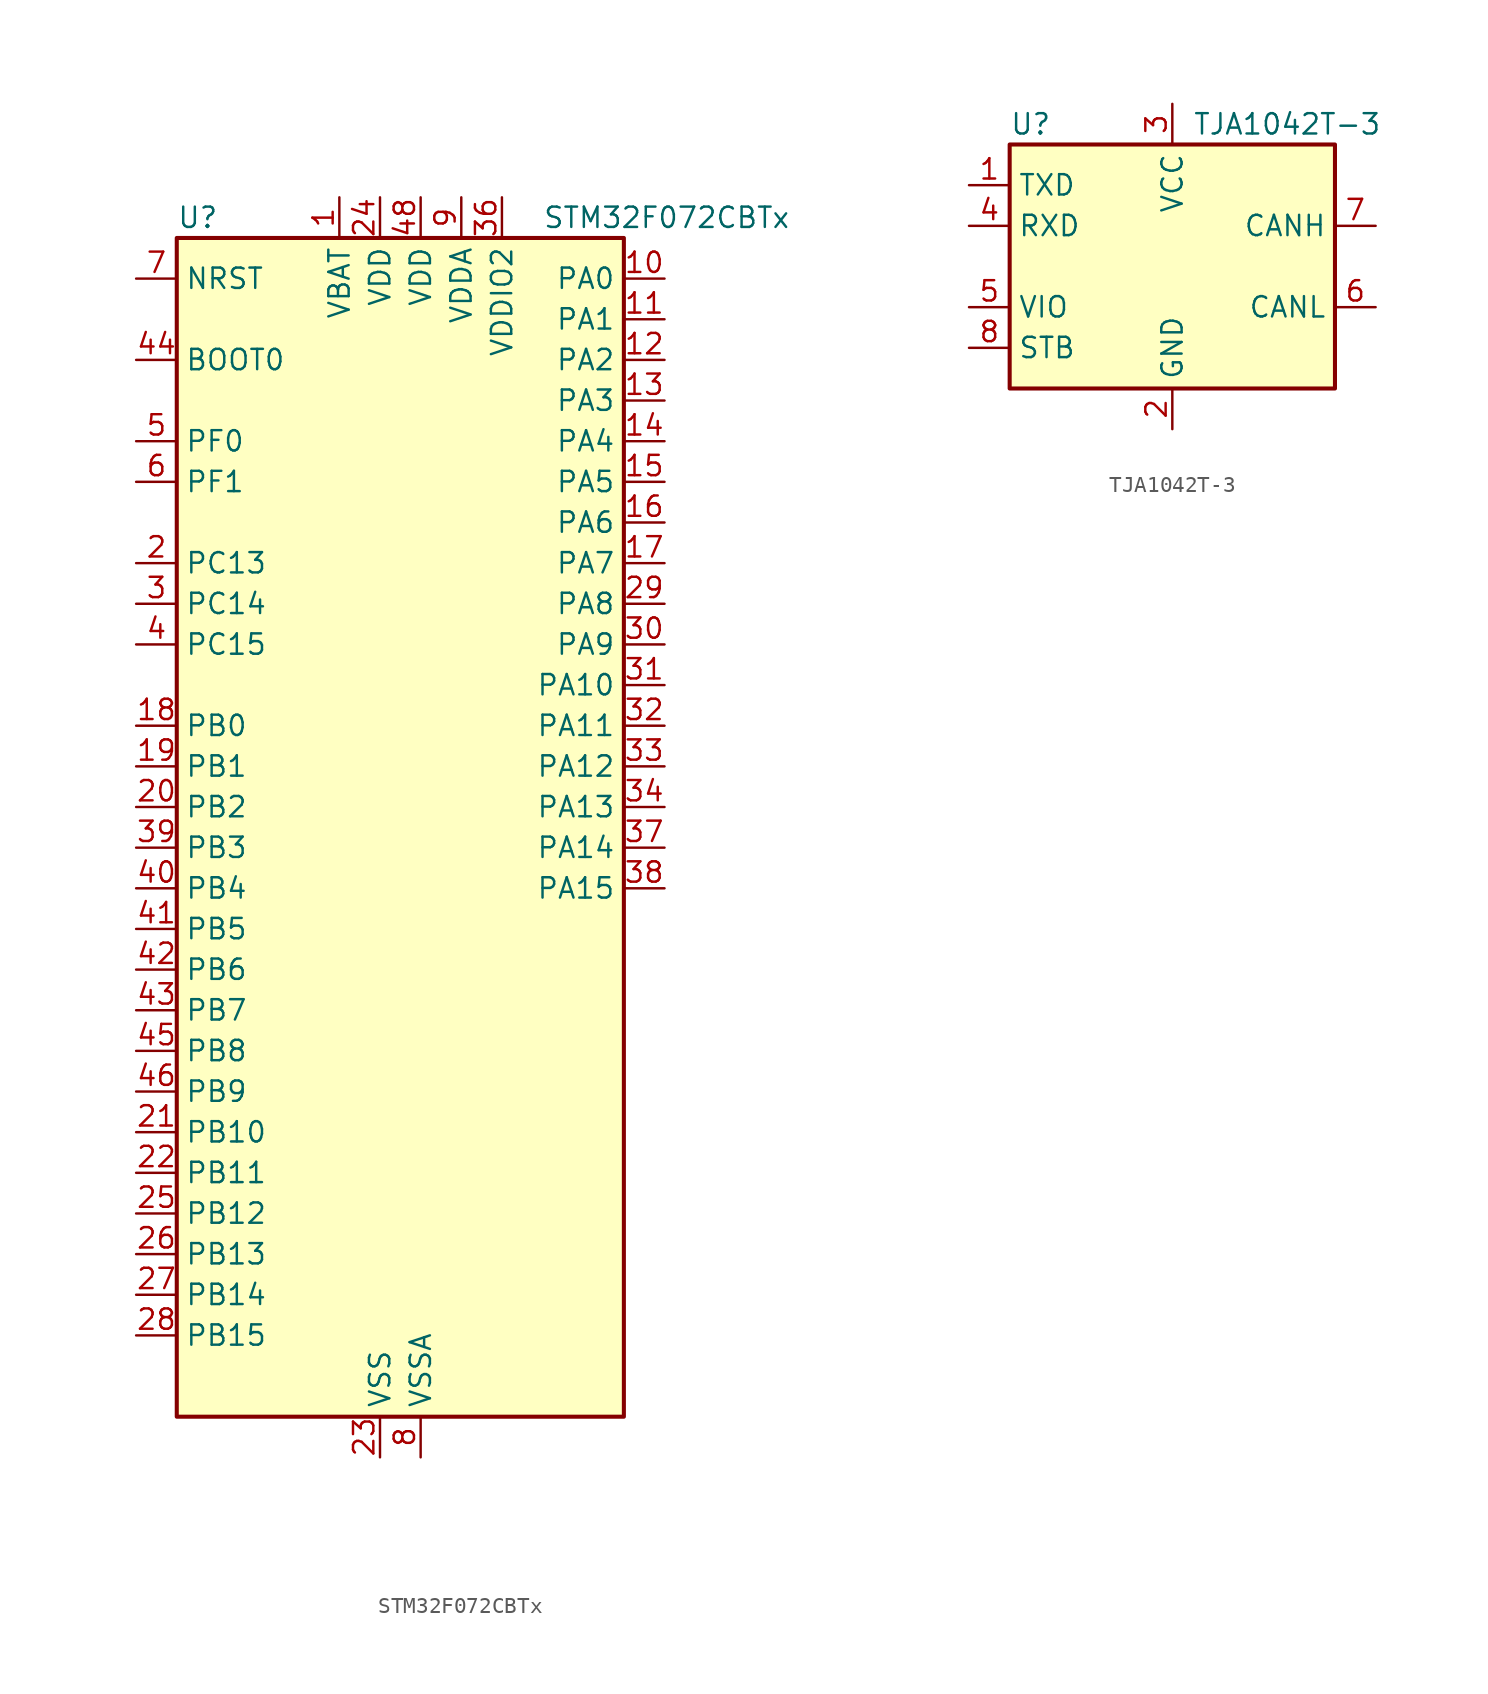
<source format=kicad_sym>
(kicad_symbol_lib
  (version 20231120)
  (generator "kicad_symbol_editor")
  (generator_version "8.0")
  (symbol "STM32F072CBTx"
    (property "Reference" "U"
      (at -12.7 39.37 0)
      (effects (font (size 1.27 1.27)) (justify left)))
    (property "Value" "STM32F072CBTx"
      (at 10.16 39.37 0)
      (effects (font (size 1.27 1.27)) (justify left)))
    (property "ki_locked" ""
      (at 0 0 0)
      (effects (font (size 1.27 1.27))))
    (symbol "STM32F072CBTx_0_1"
      (rectangle (start -12.7 -35.56) (end 15.24 38.1) (stroke (width 0.254) (type default)) (fill (type background))))
    (symbol "STM32F072CBTx_1_1"
      (pin power_in line (at -2.54 40.64 270) (length 2.54) (name "VBAT" (effects (font (size 1.27 1.27)))) (number "1" (effects (font (size 1.27 1.27)))))
      (pin bidirectional line (at 17.78 35.56 180) (length 2.54) (name "PA0" (effects (font (size 1.27 1.27)))) (number "10" (effects (font (size 1.27 1.27)))) (alternate "ADC_IN0" bidirectional line) (alternate "COMP1_INM" bidirectional line) (alternate "COMP1_OUT" bidirectional line) (alternate "RTC_TAMP2" bidirectional line) (alternate "SYS_WKUP1" bidirectional line) (alternate "TIM2_CH1" bidirectional line) (alternate "TIM2_ETR" bidirectional line) (alternate "TSC_G1_IO1" bidirectional line) (alternate "USART2_CTS" bidirectional line) (alternate "USART4_TX" bidirectional line))
      (pin bidirectional line (at 17.78 33.02 180) (length 2.54) (name "PA1" (effects (font (size 1.27 1.27)))) (number "11" (effects (font (size 1.27 1.27)))) (alternate "ADC_IN1" bidirectional line) (alternate "COMP1_INP" bidirectional line) (alternate "TIM15_CH1N" bidirectional line) (alternate "TIM2_CH2" bidirectional line) (alternate "TSC_G1_IO2" bidirectional line) (alternate "USART2_DE" bidirectional line) (alternate "USART2_RTS" bidirectional line) (alternate "USART4_RX" bidirectional line))
      (pin bidirectional line (at 17.78 30.48 180) (length 2.54) (name "PA2" (effects (font (size 1.27 1.27)))) (number "12" (effects (font (size 1.27 1.27)))) (alternate "ADC_IN2" bidirectional line) (alternate "COMP2_INM" bidirectional line) (alternate "COMP2_OUT" bidirectional line) (alternate "SYS_WKUP4" bidirectional line) (alternate "TIM15_CH1" bidirectional line) (alternate "TIM2_CH3" bidirectional line) (alternate "TSC_G1_IO3" bidirectional line) (alternate "USART2_TX" bidirectional line))
      (pin bidirectional line (at 17.78 27.94 180) (length 2.54) (name "PA3" (effects (font (size 1.27 1.27)))) (number "13" (effects (font (size 1.27 1.27)))) (alternate "ADC_IN3" bidirectional line) (alternate "COMP2_INP" bidirectional line) (alternate "TIM15_CH2" bidirectional line) (alternate "TIM2_CH4" bidirectional line) (alternate "TSC_G1_IO4" bidirectional line) (alternate "USART2_RX" bidirectional line))
      (pin bidirectional line (at 17.78 25.4 180) (length 2.54) (name "PA4" (effects (font (size 1.27 1.27)))) (number "14" (effects (font (size 1.27 1.27)))) (alternate "ADC_IN4" bidirectional line) (alternate "COMP1_INM" bidirectional line) (alternate "COMP2_INM" bidirectional line) (alternate "DAC_OUT1" bidirectional line) (alternate "I2S1_WS" bidirectional line) (alternate "SPI1_NSS" bidirectional line) (alternate "TIM14_CH1" bidirectional line) (alternate "TSC_G2_IO1" bidirectional line) (alternate "USART2_CK" bidirectional line))
      (pin bidirectional line (at 17.78 22.86 180) (length 2.54) (name "PA5" (effects (font (size 1.27 1.27)))) (number "15" (effects (font (size 1.27 1.27)))) (alternate "ADC_IN5" bidirectional line) (alternate "CEC" bidirectional line) (alternate "COMP1_INM" bidirectional line) (alternate "COMP2_INM" bidirectional line) (alternate "DAC_OUT2" bidirectional line) (alternate "I2S1_CK" bidirectional line) (alternate "SPI1_SCK" bidirectional line) (alternate "TIM2_CH1" bidirectional line) (alternate "TIM2_ETR" bidirectional line) (alternate "TSC_G2_IO2" bidirectional line))
      (pin bidirectional line (at 17.78 20.32 180) (length 2.54) (name "PA6" (effects (font (size 1.27 1.27)))) (number "16" (effects (font (size 1.27 1.27)))) (alternate "ADC_IN6" bidirectional line) (alternate "COMP1_OUT" bidirectional line) (alternate "I2S1_MCK" bidirectional line) (alternate "SPI1_MISO" bidirectional line) (alternate "TIM16_CH1" bidirectional line) (alternate "TIM1_BKIN" bidirectional line) (alternate "TIM3_CH1" bidirectional line) (alternate "TSC_G2_IO3" bidirectional line) (alternate "USART3_CTS" bidirectional line))
      (pin bidirectional line (at 17.78 17.78 180) (length 2.54) (name "PA7" (effects (font (size 1.27 1.27)))) (number "17" (effects (font (size 1.27 1.27)))) (alternate "ADC_IN7" bidirectional line) (alternate "COMP2_OUT" bidirectional line) (alternate "I2S1_SD" bidirectional line) (alternate "SPI1_MOSI" bidirectional line) (alternate "TIM14_CH1" bidirectional line) (alternate "TIM17_CH1" bidirectional line) (alternate "TIM1_CH1N" bidirectional line) (alternate "TIM3_CH2" bidirectional line) (alternate "TSC_G2_IO4" bidirectional line))
      (pin bidirectional line (at -15.24 7.62 0) (length 2.54) (name "PB0" (effects (font (size 1.27 1.27)))) (number "18" (effects (font (size 1.27 1.27)))) (alternate "ADC_IN8" bidirectional line) (alternate "TIM1_CH2N" bidirectional line) (alternate "TIM3_CH3" bidirectional line) (alternate "TSC_G3_IO2" bidirectional line) (alternate "USART3_CK" bidirectional line))
      (pin bidirectional line (at -15.24 5.08 0) (length 2.54) (name "PB1" (effects (font (size 1.27 1.27)))) (number "19" (effects (font (size 1.27 1.27)))) (alternate "ADC_IN9" bidirectional line) (alternate "TIM14_CH1" bidirectional line) (alternate "TIM1_CH3N" bidirectional line) (alternate "TIM3_CH4" bidirectional line) (alternate "TSC_G3_IO3" bidirectional line) (alternate "USART3_DE" bidirectional line) (alternate "USART3_RTS" bidirectional line))
      (pin bidirectional line (at -15.24 17.78 0) (length 2.54) (name "PC13" (effects (font (size 1.27 1.27)))) (number "2" (effects (font (size 1.27 1.27)))) (alternate "RTC_OUT_ALARM" bidirectional line) (alternate "RTC_OUT_CALIB" bidirectional line) (alternate "RTC_TAMP1" bidirectional line) (alternate "RTC_TS" bidirectional line) (alternate "SYS_WKUP2" bidirectional line))
      (pin bidirectional line (at -15.24 2.54 0) (length 2.54) (name "PB2" (effects (font (size 1.27 1.27)))) (number "20" (effects (font (size 1.27 1.27)))) (alternate "TSC_G3_IO4" bidirectional line))
      (pin bidirectional line (at -15.24 -17.78 0) (length 2.54) (name "PB10" (effects (font (size 1.27 1.27)))) (number "21" (effects (font (size 1.27 1.27)))) (alternate "CEC" bidirectional line) (alternate "I2C2_SCL" bidirectional line) (alternate "I2S2_CK" bidirectional line) (alternate "SPI2_SCK" bidirectional line) (alternate "TIM2_CH3" bidirectional line) (alternate "TSC_SYNC" bidirectional line) (alternate "USART3_TX" bidirectional line))
      (pin bidirectional line (at -15.24 -20.32 0) (length 2.54) (name "PB11" (effects (font (size 1.27 1.27)))) (number "22" (effects (font (size 1.27 1.27)))) (alternate "I2C2_SDA" bidirectional line) (alternate "TIM2_CH4" bidirectional line) (alternate "TSC_G6_IO1" bidirectional line) (alternate "USART3_RX" bidirectional line))
      (pin power_in line (at 0 -38.1 90) (length 2.54) (name "VSS" (effects (font (size 1.27 1.27)))) (number "23" (effects (font (size 1.27 1.27)))))
      (pin power_in line (at 0 40.64 270) (length 2.54) (name "VDD" (effects (font (size 1.27 1.27)))) (number "24" (effects (font (size 1.27 1.27)))))
      (pin bidirectional line (at -15.24 -22.86 0) (length 2.54) (name "PB12" (effects (font (size 1.27 1.27)))) (number "25" (effects (font (size 1.27 1.27)))) (alternate "I2S2_WS" bidirectional line) (alternate "SPI2_NSS" bidirectional line) (alternate "TIM15_BKIN" bidirectional line) (alternate "TIM1_BKIN" bidirectional line) (alternate "TSC_G6_IO2" bidirectional line) (alternate "USART3_CK" bidirectional line))
      (pin bidirectional line (at -15.24 -25.4 0) (length 2.54) (name "PB13" (effects (font (size 1.27 1.27)))) (number "26" (effects (font (size 1.27 1.27)))) (alternate "I2C2_SCL" bidirectional line) (alternate "I2S2_CK" bidirectional line) (alternate "SPI2_SCK" bidirectional line) (alternate "TIM1_CH1N" bidirectional line) (alternate "TSC_G6_IO3" bidirectional line) (alternate "USART3_CTS" bidirectional line))
      (pin bidirectional line (at -15.24 -27.94 0) (length 2.54) (name "PB14" (effects (font (size 1.27 1.27)))) (number "27" (effects (font (size 1.27 1.27)))) (alternate "I2C2_SDA" bidirectional line) (alternate "I2S2_MCK" bidirectional line) (alternate "SPI2_MISO" bidirectional line) (alternate "TIM15_CH1" bidirectional line) (alternate "TIM1_CH2N" bidirectional line) (alternate "TSC_G6_IO4" bidirectional line) (alternate "USART3_DE" bidirectional line) (alternate "USART3_RTS" bidirectional line))
      (pin bidirectional line (at -15.24 -30.48 0) (length 2.54) (name "PB15" (effects (font (size 1.27 1.27)))) (number "28" (effects (font (size 1.27 1.27)))) (alternate "I2S2_SD" bidirectional line) (alternate "RTC_REFIN" bidirectional line) (alternate "SPI2_MOSI" bidirectional line) (alternate "SYS_WKUP7" bidirectional line) (alternate "TIM15_CH1N" bidirectional line) (alternate "TIM15_CH2" bidirectional line) (alternate "TIM1_CH3N" bidirectional line))
      (pin bidirectional line (at 17.78 15.24 180) (length 2.54) (name "PA8" (effects (font (size 1.27 1.27)))) (number "29" (effects (font (size 1.27 1.27)))) (alternate "CRS_SYNC" bidirectional line) (alternate "RCC_MCO" bidirectional line) (alternate "TIM1_CH1" bidirectional line) (alternate "USART1_CK" bidirectional line))
      (pin bidirectional line (at -15.24 15.24 0) (length 2.54) (name "PC14" (effects (font (size 1.27 1.27)))) (number "3" (effects (font (size 1.27 1.27)))) (alternate "RCC_OSC32_IN" bidirectional line))
      (pin bidirectional line (at 17.78 12.7 180) (length 2.54) (name "PA9" (effects (font (size 1.27 1.27)))) (number "30" (effects (font (size 1.27 1.27)))) (alternate "DAC_EXTI9" bidirectional line) (alternate "TIM15_BKIN" bidirectional line) (alternate "TIM1_CH2" bidirectional line) (alternate "TSC_G4_IO1" bidirectional line) (alternate "USART1_TX" bidirectional line))
      (pin bidirectional line (at 17.78 10.16 180) (length 2.54) (name "PA10" (effects (font (size 1.27 1.27)))) (number "31" (effects (font (size 1.27 1.27)))) (alternate "TIM17_BKIN" bidirectional line) (alternate "TIM1_CH3" bidirectional line) (alternate "TSC_G4_IO2" bidirectional line) (alternate "USART1_RX" bidirectional line))
      (pin bidirectional line (at 17.78 7.62 180) (length 2.54) (name "PA11" (effects (font (size 1.27 1.27)))) (number "32" (effects (font (size 1.27 1.27)))) (alternate "CAN_RX" bidirectional line) (alternate "COMP1_OUT" bidirectional line) (alternate "TIM1_CH4" bidirectional line) (alternate "TSC_G4_IO3" bidirectional line) (alternate "USART1_CTS" bidirectional line) (alternate "USB_DM" bidirectional line))
      (pin bidirectional line (at 17.78 5.08 180) (length 2.54) (name "PA12" (effects (font (size 1.27 1.27)))) (number "33" (effects (font (size 1.27 1.27)))) (alternate "CAN_TX" bidirectional line) (alternate "COMP2_OUT" bidirectional line) (alternate "TIM1_ETR" bidirectional line) (alternate "TSC_G4_IO4" bidirectional line) (alternate "USART1_DE" bidirectional line) (alternate "USART1_RTS" bidirectional line) (alternate "USB_DP" bidirectional line))
      (pin bidirectional line (at 17.78 2.54 180) (length 2.54) (name "PA13" (effects (font (size 1.27 1.27)))) (number "34" (effects (font (size 1.27 1.27)))) (alternate "IR_OUT" bidirectional line) (alternate "SYS_SWDIO" bidirectional line) (alternate "USB_NOE" bidirectional line))
      (pin passive line (at 0 -38.1 90) (length 2.54) hide (name "VSS" (effects (font (size 1.27 1.27)))) (number "35" (effects (font (size 1.27 1.27)))))
      (pin power_in line (at 7.62 40.64 270) (length 2.54) (name "VDDIO2" (effects (font (size 1.27 1.27)))) (number "36" (effects (font (size 1.27 1.27)))))
      (pin bidirectional line (at 17.78 0 180) (length 2.54) (name "PA14" (effects (font (size 1.27 1.27)))) (number "37" (effects (font (size 1.27 1.27)))) (alternate "SYS_SWCLK" bidirectional line) (alternate "USART2_TX" bidirectional line))
      (pin bidirectional line (at 17.78 -2.54 180) (length 2.54) (name "PA15" (effects (font (size 1.27 1.27)))) (number "38" (effects (font (size 1.27 1.27)))) (alternate "I2S1_WS" bidirectional line) (alternate "SPI1_NSS" bidirectional line) (alternate "TIM2_CH1" bidirectional line) (alternate "TIM2_ETR" bidirectional line) (alternate "USART2_RX" bidirectional line) (alternate "USART4_DE" bidirectional line) (alternate "USART4_RTS" bidirectional line))
      (pin bidirectional line (at -15.24 0 0) (length 2.54) (name "PB3" (effects (font (size 1.27 1.27)))) (number "39" (effects (font (size 1.27 1.27)))) (alternate "I2S1_CK" bidirectional line) (alternate "SPI1_SCK" bidirectional line) (alternate "TIM2_CH2" bidirectional line) (alternate "TSC_G5_IO1" bidirectional line))
      (pin bidirectional line (at -15.24 12.7 0) (length 2.54) (name "PC15" (effects (font (size 1.27 1.27)))) (number "4" (effects (font (size 1.27 1.27)))) (alternate "RCC_OSC32_OUT" bidirectional line))
      (pin bidirectional line (at -15.24 -2.54 0) (length 2.54) (name "PB4" (effects (font (size 1.27 1.27)))) (number "40" (effects (font (size 1.27 1.27)))) (alternate "I2S1_MCK" bidirectional line) (alternate "SPI1_MISO" bidirectional line) (alternate "TIM17_BKIN" bidirectional line) (alternate "TIM3_CH1" bidirectional line) (alternate "TSC_G5_IO2" bidirectional line))
      (pin bidirectional line (at -15.24 -5.08 0) (length 2.54) (name "PB5" (effects (font (size 1.27 1.27)))) (number "41" (effects (font (size 1.27 1.27)))) (alternate "I2C1_SMBA" bidirectional line) (alternate "I2S1_SD" bidirectional line) (alternate "SPI1_MOSI" bidirectional line) (alternate "SYS_WKUP6" bidirectional line) (alternate "TIM16_BKIN" bidirectional line) (alternate "TIM3_CH2" bidirectional line))
      (pin bidirectional line (at -15.24 -7.62 0) (length 2.54) (name "PB6" (effects (font (size 1.27 1.27)))) (number "42" (effects (font (size 1.27 1.27)))) (alternate "I2C1_SCL" bidirectional line) (alternate "TIM16_CH1N" bidirectional line) (alternate "TSC_G5_IO3" bidirectional line) (alternate "USART1_TX" bidirectional line))
      (pin bidirectional line (at -15.24 -10.16 0) (length 2.54) (name "PB7" (effects (font (size 1.27 1.27)))) (number "43" (effects (font (size 1.27 1.27)))) (alternate "I2C1_SDA" bidirectional line) (alternate "TIM17_CH1N" bidirectional line) (alternate "TSC_G5_IO4" bidirectional line) (alternate "USART1_RX" bidirectional line) (alternate "USART4_CTS" bidirectional line))
      (pin input line (at -15.24 30.48 0) (length 2.54) (name "BOOT0" (effects (font (size 1.27 1.27)))) (number "44" (effects (font (size 1.27 1.27)))))
      (pin bidirectional line (at -15.24 -12.7 0) (length 2.54) (name "PB8" (effects (font (size 1.27 1.27)))) (number "45" (effects (font (size 1.27 1.27)))) (alternate "CAN_RX" bidirectional line) (alternate "CEC" bidirectional line) (alternate "I2C1_SCL" bidirectional line) (alternate "TIM16_CH1" bidirectional line) (alternate "TSC_SYNC" bidirectional line))
      (pin bidirectional line (at -15.24 -15.24 0) (length 2.54) (name "PB9" (effects (font (size 1.27 1.27)))) (number "46" (effects (font (size 1.27 1.27)))) (alternate "CAN_TX" bidirectional line) (alternate "DAC_EXTI9" bidirectional line) (alternate "I2C1_SDA" bidirectional line) (alternate "I2S2_WS" bidirectional line) (alternate "IR_OUT" bidirectional line) (alternate "SPI2_NSS" bidirectional line) (alternate "TIM17_CH1" bidirectional line))
      (pin passive line (at 0 -38.1 90) (length 2.54) hide (name "VSS" (effects (font (size 1.27 1.27)))) (number "47" (effects (font (size 1.27 1.27)))))
      (pin power_in line (at 2.54 40.64 270) (length 2.54) (name "VDD" (effects (font (size 1.27 1.27)))) (number "48" (effects (font (size 1.27 1.27)))))
      (pin bidirectional line (at -15.24 25.4 0) (length 2.54) (name "PF0" (effects (font (size 1.27 1.27)))) (number "5" (effects (font (size 1.27 1.27)))) (alternate "CRS_SYNC" bidirectional line) (alternate "RCC_OSC_IN" bidirectional line))
      (pin bidirectional line (at -15.24 22.86 0) (length 2.54) (name "PF1" (effects (font (size 1.27 1.27)))) (number "6" (effects (font (size 1.27 1.27)))) (alternate "RCC_OSC_OUT" bidirectional line))
      (pin input line (at -15.24 35.56 0) (length 2.54) (name "NRST" (effects (font (size 1.27 1.27)))) (number "7" (effects (font (size 1.27 1.27)))))
      (pin power_in line (at 2.54 -38.1 90) (length 2.54) (name "VSSA" (effects (font (size 1.27 1.27)))) (number "8" (effects (font (size 1.27 1.27)))))
      (pin power_in line (at 5.08 40.64 270) (length 2.54) (name "VDDA" (effects (font (size 1.27 1.27)))) (number "9" (effects (font (size 1.27 1.27)))))))
  (symbol "TJA1042T-3"
    (property "Reference" "U"
      (at -10.16 8.89 0)
      (effects (font (size 1.27 1.27)) (justify left)))
    (property "Value" "TJA1042T-3"
      (at 1.27 8.89 0)
      (effects (font (size 1.27 1.27)) (justify left)))
    (symbol "TJA1042T-3_0_1"
      (rectangle (start -10.16 7.62) (end 10.16 -7.62) (stroke (width 0.254) (type default)) (fill (type background))))
    (symbol "TJA1042T-3_1_1"
      (pin input line (at -12.7 5.08 0) (length 2.54) (name "TXD" (effects (font (size 1.27 1.27)))) (number "1" (effects (font (size 1.27 1.27)))))
      (pin power_in line (at 0 -10.16 90) (length 2.54) (name "GND" (effects (font (size 1.27 1.27)))) (number "2" (effects (font (size 1.27 1.27)))))
      (pin power_in line (at 0 10.16 270) (length 2.54) (name "VCC" (effects (font (size 1.27 1.27)))) (number "3" (effects (font (size 1.27 1.27)))))
      (pin output line (at -12.7 2.54 0) (length 2.54) (name "RXD" (effects (font (size 1.27 1.27)))) (number "4" (effects (font (size 1.27 1.27)))))
      (pin power_in line (at -12.7 -2.54 0) (length 2.54) (name "VIO" (effects (font (size 1.27 1.27)))) (number "5" (effects (font (size 1.27 1.27)))))
      (pin bidirectional line (at 12.7 -2.54 180) (length 2.54) (name "CANL" (effects (font (size 1.27 1.27)))) (number "6" (effects (font (size 1.27 1.27)))))
      (pin bidirectional line (at 12.7 2.54 180) (length 2.54) (name "CANH" (effects (font (size 1.27 1.27)))) (number "7" (effects (font (size 1.27 1.27)))))
      (pin input line (at -12.7 -5.08 0) (length 2.54) (name "STB" (effects (font (size 1.27 1.27)))) (number "8" (effects (font (size 1.27 1.27))))))))
</source>
